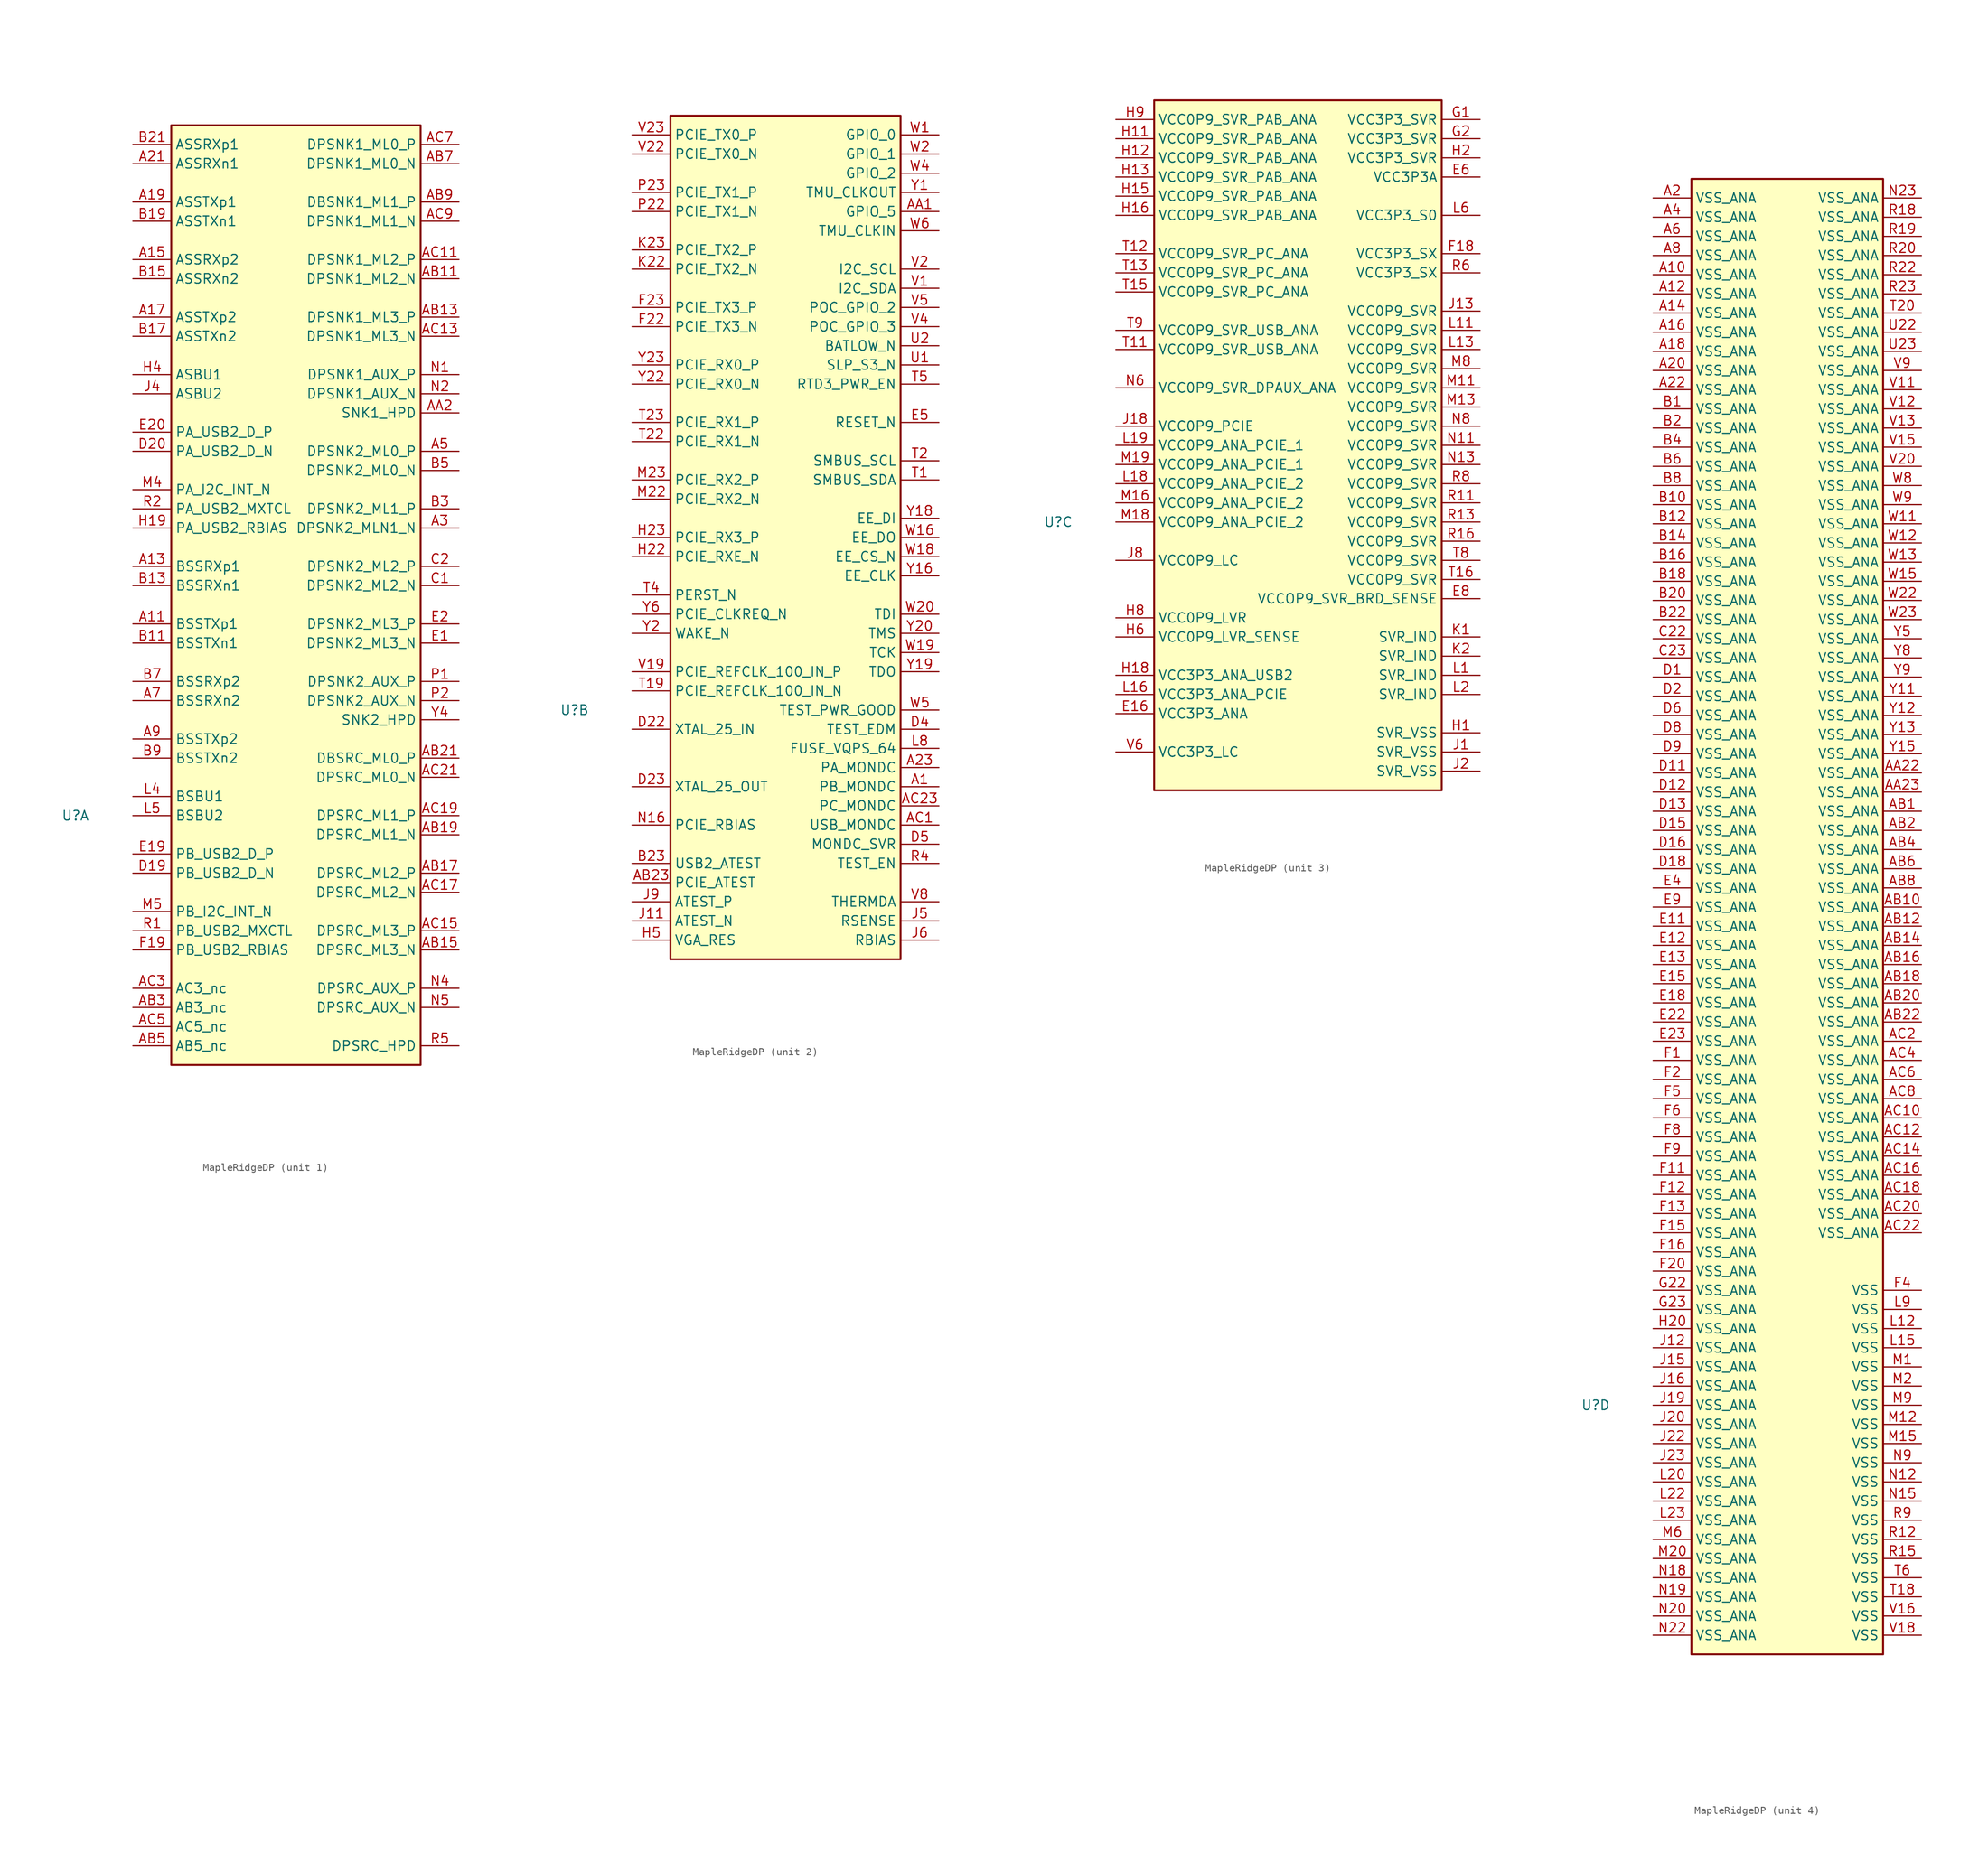
<source format=kicad_sym>
(kicad_symbol_lib
  (version 20231120)
  (generator "kicad_symbol_editor")
  (generator_version "8.0")
  (symbol "MapleRidgeDP"
    (property "Reference" "U"
      (at -7.62 30.48 0)
      (effects (font (size 1.27 1.27))))
    (property "Value" ""
      (at -7.62 30.48 0)
      (effects (font (size 1.27 1.27))))
    (property "ki_locked" ""
      (at 0 0 0)
      (effects (font (size 1.27 1.27))))
    (symbol "MapleRidgeDP_1_1"
      (rectangle (start 5.08 121.92) (end 38.1 -2.54) (stroke (width 0.254) (type default)) (fill (type background)))
      (pin passive line (at 0 55.88 0) (length 5.08) (name "BSSTXp1" (effects (font (size 1.27 1.27)))) (number "A11" (effects (font (size 1.27 1.27)))))
      (pin passive line (at 0 63.5 0) (length 5.08) (name "BSSRXp1" (effects (font (size 1.27 1.27)))) (number "A13" (effects (font (size 1.27 1.27)))))
      (pin passive line (at 0 104.14 0) (length 5.08) (name "ASSRXp2" (effects (font (size 1.27 1.27)))) (number "A15" (effects (font (size 1.27 1.27)))))
      (pin passive line (at 0 96.52 0) (length 5.08) (name "ASSTXp2" (effects (font (size 1.27 1.27)))) (number "A17" (effects (font (size 1.27 1.27)))))
      (pin passive line (at 0 111.76 0) (length 5.08) (name "ASSTXp1" (effects (font (size 1.27 1.27)))) (number "A19" (effects (font (size 1.27 1.27)))))
      (pin passive line (at 0 116.84 0) (length 5.08) (name "ASSRXn1" (effects (font (size 1.27 1.27)))) (number "A21" (effects (font (size 1.27 1.27)))))
      (pin passive line (at 43.18 68.58 180) (length 5.08) (name "DPSNK2_MLN1_N" (effects (font (size 1.27 1.27)))) (number "A3" (effects (font (size 1.27 1.27)))))
      (pin passive line (at 43.18 78.74 180) (length 5.08) (name "DPSNK2_ML0_P" (effects (font (size 1.27 1.27)))) (number "A5" (effects (font (size 1.27 1.27)))))
      (pin passive line (at 0 45.72 0) (length 5.08) (name "BSSRXn2" (effects (font (size 1.27 1.27)))) (number "A7" (effects (font (size 1.27 1.27)))))
      (pin passive line (at 0 40.64 0) (length 5.08) (name "BSSTXp2" (effects (font (size 1.27 1.27)))) (number "A9" (effects (font (size 1.27 1.27)))))
      (pin passive line (at 43.18 83.82 180) (length 5.08) (name "SNK1_HPD" (effects (font (size 1.27 1.27)))) (number "AA2" (effects (font (size 1.27 1.27)))))
      (pin passive line (at 43.18 101.6 180) (length 5.08) (name "DPSNK1_ML2_N" (effects (font (size 1.27 1.27)))) (number "AB11" (effects (font (size 1.27 1.27)))))
      (pin passive line (at 43.18 96.52 180) (length 5.08) (name "DPSNK1_ML3_P" (effects (font (size 1.27 1.27)))) (number "AB13" (effects (font (size 1.27 1.27)))))
      (pin passive line (at 43.18 12.7 180) (length 5.08) (name "DPSRC_ML3_N" (effects (font (size 1.27 1.27)))) (number "AB15" (effects (font (size 1.27 1.27)))))
      (pin passive line (at 43.18 22.86 180) (length 5.08) (name "DPSRC_ML2_P" (effects (font (size 1.27 1.27)))) (number "AB17" (effects (font (size 1.27 1.27)))))
      (pin passive line (at 43.18 27.94 180) (length 5.08) (name "DPSRC_ML1_N" (effects (font (size 1.27 1.27)))) (number "AB19" (effects (font (size 1.27 1.27)))))
      (pin passive line (at 43.18 38.1 180) (length 5.08) (name "DBSRC_ML0_P" (effects (font (size 1.27 1.27)))) (number "AB21" (effects (font (size 1.27 1.27)))))
      (pin passive line (at 0 5.08 0) (length 5.08) (name "AB3_nc" (effects (font (size 1.27 1.27)))) (number "AB3" (effects (font (size 1.27 1.27)))))
      (pin passive line (at 0 0 0) (length 5.08) (name "AB5_nc" (effects (font (size 1.27 1.27)))) (number "AB5" (effects (font (size 1.27 1.27)))))
      (pin passive line (at 43.18 116.84 180) (length 5.08) (name "DPSNK1_ML0_N" (effects (font (size 1.27 1.27)))) (number "AB7" (effects (font (size 1.27 1.27)))))
      (pin passive line (at 43.18 111.76 180) (length 5.08) (name "DBSNK1_ML1_P" (effects (font (size 1.27 1.27)))) (number "AB9" (effects (font (size 1.27 1.27)))))
      (pin passive line (at 43.18 104.14 180) (length 5.08) (name "DPSNK1_ML2_P" (effects (font (size 1.27 1.27)))) (number "AC11" (effects (font (size 1.27 1.27)))))
      (pin passive line (at 43.18 93.98 180) (length 5.08) (name "DPSNK1_ML3_N" (effects (font (size 1.27 1.27)))) (number "AC13" (effects (font (size 1.27 1.27)))))
      (pin passive line (at 43.18 15.24 180) (length 5.08) (name "DPSRC_ML3_P" (effects (font (size 1.27 1.27)))) (number "AC15" (effects (font (size 1.27 1.27)))))
      (pin passive line (at 43.18 20.32 180) (length 5.08) (name "DPSRC_ML2_N" (effects (font (size 1.27 1.27)))) (number "AC17" (effects (font (size 1.27 1.27)))))
      (pin passive line (at 43.18 30.48 180) (length 5.08) (name "DPSRC_ML1_P" (effects (font (size 1.27 1.27)))) (number "AC19" (effects (font (size 1.27 1.27)))))
      (pin passive line (at 43.18 35.56 180) (length 5.08) (name "DPSRC_ML0_N" (effects (font (size 1.27 1.27)))) (number "AC21" (effects (font (size 1.27 1.27)))))
      (pin passive line (at 0 7.62 0) (length 5.08) (name "AC3_nc" (effects (font (size 1.27 1.27)))) (number "AC3" (effects (font (size 1.27 1.27)))))
      (pin passive line (at 0 2.54 0) (length 5.08) (name "AC5_nc" (effects (font (size 1.27 1.27)))) (number "AC5" (effects (font (size 1.27 1.27)))))
      (pin passive line (at 43.18 119.38 180) (length 5.08) (name "DPSNK1_ML0_P" (effects (font (size 1.27 1.27)))) (number "AC7" (effects (font (size 1.27 1.27)))))
      (pin passive line (at 43.18 109.22 180) (length 5.08) (name "DPSNK1_ML1_N" (effects (font (size 1.27 1.27)))) (number "AC9" (effects (font (size 1.27 1.27)))))
      (pin passive line (at 0 53.34 0) (length 5.08) (name "BSSTXn1" (effects (font (size 1.27 1.27)))) (number "B11" (effects (font (size 1.27 1.27)))))
      (pin passive line (at 0 60.96 0) (length 5.08) (name "BSSRXn1" (effects (font (size 1.27 1.27)))) (number "B13" (effects (font (size 1.27 1.27)))))
      (pin passive line (at 0 101.6 0) (length 5.08) (name "ASSRXn2" (effects (font (size 1.27 1.27)))) (number "B15" (effects (font (size 1.27 1.27)))))
      (pin passive line (at 0 93.98 0) (length 5.08) (name "ASSTXn2" (effects (font (size 1.27 1.27)))) (number "B17" (effects (font (size 1.27 1.27)))))
      (pin passive line (at 0 109.22 0) (length 5.08) (name "ASSTXn1" (effects (font (size 1.27 1.27)))) (number "B19" (effects (font (size 1.27 1.27)))))
      (pin passive line (at 0 119.38 0) (length 5.08) (name "ASSRXp1" (effects (font (size 1.27 1.27)))) (number "B21" (effects (font (size 1.27 1.27)))))
      (pin passive line (at 43.18 71.12 180) (length 5.08) (name "DPSNK2_ML1_P" (effects (font (size 1.27 1.27)))) (number "B3" (effects (font (size 1.27 1.27)))))
      (pin passive line (at 43.18 76.2 180) (length 5.08) (name "DPSNK2_ML0_N" (effects (font (size 1.27 1.27)))) (number "B5" (effects (font (size 1.27 1.27)))))
      (pin passive line (at 0 48.26 0) (length 5.08) (name "BSSRXp2" (effects (font (size 1.27 1.27)))) (number "B7" (effects (font (size 1.27 1.27)))))
      (pin passive line (at 0 38.1 0) (length 5.08) (name "BSSTXn2" (effects (font (size 1.27 1.27)))) (number "B9" (effects (font (size 1.27 1.27)))))
      (pin passive line (at 43.18 60.96 180) (length 5.08) (name "DPSNK2_ML2_N" (effects (font (size 1.27 1.27)))) (number "C1" (effects (font (size 1.27 1.27)))))
      (pin passive line (at 43.18 63.5 180) (length 5.08) (name "DPSNK2_ML2_P" (effects (font (size 1.27 1.27)))) (number "C2" (effects (font (size 1.27 1.27)))))
      (pin passive line (at 0 22.86 0) (length 5.08) (name "PB_USB2_D_N" (effects (font (size 1.27 1.27)))) (number "D19" (effects (font (size 1.27 1.27)))))
      (pin passive line (at 0 78.74 0) (length 5.08) (name "PA_USB2_D_N" (effects (font (size 1.27 1.27)))) (number "D20" (effects (font (size 1.27 1.27)))))
      (pin passive line (at 43.18 53.34 180) (length 5.08) (name "DPSNK2_ML3_N" (effects (font (size 1.27 1.27)))) (number "E1" (effects (font (size 1.27 1.27)))))
      (pin passive line (at 0 25.4 0) (length 5.08) (name "PB_USB2_D_P" (effects (font (size 1.27 1.27)))) (number "E19" (effects (font (size 1.27 1.27)))))
      (pin passive line (at 43.18 55.88 180) (length 5.08) (name "DPSNK2_ML3_P" (effects (font (size 1.27 1.27)))) (number "E2" (effects (font (size 1.27 1.27)))))
      (pin passive line (at 0 81.28 0) (length 5.08) (name "PA_USB2_D_P" (effects (font (size 1.27 1.27)))) (number "E20" (effects (font (size 1.27 1.27)))))
      (pin passive line (at 0 12.7 0) (length 5.08) (name "PB_USB2_RBIAS" (effects (font (size 1.27 1.27)))) (number "F19" (effects (font (size 1.27 1.27)))))
      (pin passive line (at 0 68.58 0) (length 5.08) (name "PA_USB2_RBIAS" (effects (font (size 1.27 1.27)))) (number "H19" (effects (font (size 1.27 1.27)))))
      (pin passive line (at 0 88.9 0) (length 5.08) (name "ASBU1" (effects (font (size 1.27 1.27)))) (number "H4" (effects (font (size 1.27 1.27)))))
      (pin passive line (at 0 86.36 0) (length 5.08) (name "ASBU2" (effects (font (size 1.27 1.27)))) (number "J4" (effects (font (size 1.27 1.27)))))
      (pin passive line (at 0 33.02 0) (length 5.08) (name "BSBU1" (effects (font (size 1.27 1.27)))) (number "L4" (effects (font (size 1.27 1.27)))))
      (pin passive line (at 0 30.48 0) (length 5.08) (name "BSBU2" (effects (font (size 1.27 1.27)))) (number "L5" (effects (font (size 1.27 1.27)))))
      (pin passive line (at 0 73.66 0) (length 5.08) (name "PA_I2C_INT_N" (effects (font (size 1.27 1.27)))) (number "M4" (effects (font (size 1.27 1.27)))))
      (pin passive line (at 0 17.78 0) (length 5.08) (name "PB_I2C_INT_N" (effects (font (size 1.27 1.27)))) (number "M5" (effects (font (size 1.27 1.27)))))
      (pin passive line (at 43.18 88.9 180) (length 5.08) (name "DPSNK1_AUX_P" (effects (font (size 1.27 1.27)))) (number "N1" (effects (font (size 1.27 1.27)))))
      (pin passive line (at 43.18 86.36 180) (length 5.08) (name "DPSNK1_AUX_N" (effects (font (size 1.27 1.27)))) (number "N2" (effects (font (size 1.27 1.27)))))
      (pin passive line (at 43.18 7.62 180) (length 5.08) (name "DPSRC_AUX_P" (effects (font (size 1.27 1.27)))) (number "N4" (effects (font (size 1.27 1.27)))))
      (pin passive line (at 43.18 5.08 180) (length 5.08) (name "DPSRC_AUX_N" (effects (font (size 1.27 1.27)))) (number "N5" (effects (font (size 1.27 1.27)))))
      (pin passive line (at 43.18 48.26 180) (length 5.08) (name "DPSNK2_AUX_P" (effects (font (size 1.27 1.27)))) (number "P1" (effects (font (size 1.27 1.27)))))
      (pin passive line (at 43.18 45.72 180) (length 5.08) (name "DPSNK2_AUX_N" (effects (font (size 1.27 1.27)))) (number "P2" (effects (font (size 1.27 1.27)))))
      (pin passive line (at 0 15.24 0) (length 5.08) (name "PB_USB2_MXCTL" (effects (font (size 1.27 1.27)))) (number "R1" (effects (font (size 1.27 1.27)))))
      (pin passive line (at 0 71.12 0) (length 5.08) (name "PA_USB2_MXTCL" (effects (font (size 1.27 1.27)))) (number "R2" (effects (font (size 1.27 1.27)))))
      (pin passive line (at 43.18 0 180) (length 5.08) (name "DPSRC_HPD" (effects (font (size 1.27 1.27)))) (number "R5" (effects (font (size 1.27 1.27)))))
      (pin passive line (at 43.18 43.18 180) (length 5.08) (name "SNK2_HPD" (effects (font (size 1.27 1.27)))) (number "Y4" (effects (font (size 1.27 1.27))))))
    (symbol "MapleRidgeDP_2_1"
      (rectangle (start 5.08 109.22) (end 35.56 -2.54) (stroke (width 0.254) (type default)) (fill (type background)))
      (pin passive line (at 40.64 20.32 180) (length 5.08) (name "PB_MONDC" (effects (font (size 1.27 1.27)))) (number "A1" (effects (font (size 1.27 1.27)))))
      (pin passive line (at 40.64 22.86 180) (length 5.08) (name "PA_MONDC" (effects (font (size 1.27 1.27)))) (number "A23" (effects (font (size 1.27 1.27)))))
      (pin passive line (at 40.64 96.52 180) (length 5.08) (name "GPIO_5" (effects (font (size 1.27 1.27)))) (number "AA1" (effects (font (size 1.27 1.27)))))
      (pin passive line (at 0 7.62 0) (length 5.08) (name "PCIE_ATEST" (effects (font (size 1.27 1.27)))) (number "AB23" (effects (font (size 1.27 1.27)))))
      (pin passive line (at 40.64 15.24 180) (length 5.08) (name "USB_MONDC" (effects (font (size 1.27 1.27)))) (number "AC1" (effects (font (size 1.27 1.27)))))
      (pin passive line (at 40.64 17.78 180) (length 5.08) (name "PC_MONDC" (effects (font (size 1.27 1.27)))) (number "AC23" (effects (font (size 1.27 1.27)))))
      (pin passive line (at 0 10.16 0) (length 5.08) (name "USB2_ATEST" (effects (font (size 1.27 1.27)))) (number "B23" (effects (font (size 1.27 1.27)))))
      (pin passive line (at 0 27.94 0) (length 5.08) (name "XTAL_25_IN" (effects (font (size 1.27 1.27)))) (number "D22" (effects (font (size 1.27 1.27)))))
      (pin passive line (at 0 20.32 0) (length 5.08) (name "XTAL_25_OUT" (effects (font (size 1.27 1.27)))) (number "D23" (effects (font (size 1.27 1.27)))))
      (pin passive line (at 40.64 27.94 180) (length 5.08) (name "TEST_EDM" (effects (font (size 1.27 1.27)))) (number "D4" (effects (font (size 1.27 1.27)))))
      (pin passive line (at 40.64 12.7 180) (length 5.08) (name "MONDC_SVR" (effects (font (size 1.27 1.27)))) (number "D5" (effects (font (size 1.27 1.27)))))
      (pin passive line (at 40.64 68.58 180) (length 5.08) (name "RESET_N" (effects (font (size 1.27 1.27)))) (number "E5" (effects (font (size 1.27 1.27)))))
      (pin passive line (at 0 81.28 0) (length 5.08) (name "PCIE_TX3_N" (effects (font (size 1.27 1.27)))) (number "F22" (effects (font (size 1.27 1.27)))))
      (pin passive line (at 0 83.82 0) (length 5.08) (name "PCIE_TX3_P" (effects (font (size 1.27 1.27)))) (number "F23" (effects (font (size 1.27 1.27)))))
      (pin passive line (at 0 50.8 0) (length 5.08) (name "PCIE_RXE_N" (effects (font (size 1.27 1.27)))) (number "H22" (effects (font (size 1.27 1.27)))))
      (pin passive line (at 0 53.34 0) (length 5.08) (name "PCIE_RX3_P" (effects (font (size 1.27 1.27)))) (number "H23" (effects (font (size 1.27 1.27)))))
      (pin passive line (at 0 0 0) (length 5.08) (name "VGA_RES" (effects (font (size 1.27 1.27)))) (number "H5" (effects (font (size 1.27 1.27)))))
      (pin passive line (at 0 2.54 0) (length 5.08) (name "ATEST_N" (effects (font (size 1.27 1.27)))) (number "J11" (effects (font (size 1.27 1.27)))))
      (pin passive line (at 40.64 2.54 180) (length 5.08) (name "RSENSE" (effects (font (size 1.27 1.27)))) (number "J5" (effects (font (size 1.27 1.27)))))
      (pin passive line (at 40.64 0 180) (length 5.08) (name "RBIAS" (effects (font (size 1.27 1.27)))) (number "J6" (effects (font (size 1.27 1.27)))))
      (pin passive line (at 0 5.08 0) (length 5.08) (name "ATEST_P" (effects (font (size 1.27 1.27)))) (number "J9" (effects (font (size 1.27 1.27)))))
      (pin passive line (at 0 88.9 0) (length 5.08) (name "PCIE_TX2_N" (effects (font (size 1.27 1.27)))) (number "K22" (effects (font (size 1.27 1.27)))))
      (pin passive line (at 0 91.44 0) (length 5.08) (name "PCIE_TX2_P" (effects (font (size 1.27 1.27)))) (number "K23" (effects (font (size 1.27 1.27)))))
      (pin passive line (at 40.64 25.4 180) (length 5.08) (name "FUSE_VQPS_64" (effects (font (size 1.27 1.27)))) (number "L8" (effects (font (size 1.27 1.27)))))
      (pin passive line (at 0 58.42 0) (length 5.08) (name "PCIE_RX2_N" (effects (font (size 1.27 1.27)))) (number "M22" (effects (font (size 1.27 1.27)))))
      (pin passive line (at 0 60.96 0) (length 5.08) (name "PCIE_RX2_P" (effects (font (size 1.27 1.27)))) (number "M23" (effects (font (size 1.27 1.27)))))
      (pin passive line (at 0 15.24 0) (length 5.08) (name "PCIE_RBIAS" (effects (font (size 1.27 1.27)))) (number "N16" (effects (font (size 1.27 1.27)))))
      (pin passive line (at 0 96.52 0) (length 5.08) (name "PCIE_TX1_N" (effects (font (size 1.27 1.27)))) (number "P22" (effects (font (size 1.27 1.27)))))
      (pin passive line (at 0 99.06 0) (length 5.08) (name "PCIE_TX1_P" (effects (font (size 1.27 1.27)))) (number "P23" (effects (font (size 1.27 1.27)))))
      (pin passive line (at 40.64 10.16 180) (length 5.08) (name "TEST_EN" (effects (font (size 1.27 1.27)))) (number "R4" (effects (font (size 1.27 1.27)))))
      (pin passive line (at 40.64 60.96 180) (length 5.08) (name "SMBUS_SDA" (effects (font (size 1.27 1.27)))) (number "T1" (effects (font (size 1.27 1.27)))))
      (pin passive line (at 0 33.02 0) (length 5.08) (name "PCIE_REFCLK_100_IN_N" (effects (font (size 1.27 1.27)))) (number "T19" (effects (font (size 1.27 1.27)))))
      (pin passive line (at 40.64 63.5 180) (length 5.08) (name "SMBUS_SCL" (effects (font (size 1.27 1.27)))) (number "T2" (effects (font (size 1.27 1.27)))))
      (pin passive line (at 0 66.04 0) (length 5.08) (name "PCIE_RX1_N" (effects (font (size 1.27 1.27)))) (number "T22" (effects (font (size 1.27 1.27)))))
      (pin passive line (at 0 68.58 0) (length 5.08) (name "PCIE_RX1_P" (effects (font (size 1.27 1.27)))) (number "T23" (effects (font (size 1.27 1.27)))))
      (pin passive line (at 0 45.72 0) (length 5.08) (name "PERST_N" (effects (font (size 1.27 1.27)))) (number "T4" (effects (font (size 1.27 1.27)))))
      (pin passive line (at 40.64 73.66 180) (length 5.08) (name "RTD3_PWR_EN" (effects (font (size 1.27 1.27)))) (number "T5" (effects (font (size 1.27 1.27)))))
      (pin passive line (at 40.64 76.2 180) (length 5.08) (name "SLP_S3_N" (effects (font (size 1.27 1.27)))) (number "U1" (effects (font (size 1.27 1.27)))))
      (pin passive line (at 40.64 78.74 180) (length 5.08) (name "BATLOW_N" (effects (font (size 1.27 1.27)))) (number "U2" (effects (font (size 1.27 1.27)))))
      (pin passive line (at 40.64 86.36 180) (length 5.08) (name "I2C_SDA" (effects (font (size 1.27 1.27)))) (number "V1" (effects (font (size 1.27 1.27)))))
      (pin passive line (at 0 35.56 0) (length 5.08) (name "PCIE_REFCLK_100_IN_P" (effects (font (size 1.27 1.27)))) (number "V19" (effects (font (size 1.27 1.27)))))
      (pin passive line (at 40.64 88.9 180) (length 5.08) (name "I2C_SCL" (effects (font (size 1.27 1.27)))) (number "V2" (effects (font (size 1.27 1.27)))))
      (pin passive line (at 0 104.14 0) (length 5.08) (name "PCIE_TX0_N" (effects (font (size 1.27 1.27)))) (number "V22" (effects (font (size 1.27 1.27)))))
      (pin passive line (at 0 106.68 0) (length 5.08) (name "PCIE_TX0_P" (effects (font (size 1.27 1.27)))) (number "V23" (effects (font (size 1.27 1.27)))))
      (pin passive line (at 40.64 81.28 180) (length 5.08) (name "POC_GPIO_3" (effects (font (size 1.27 1.27)))) (number "V4" (effects (font (size 1.27 1.27)))))
      (pin passive line (at 40.64 83.82 180) (length 5.08) (name "POC_GPIO_2" (effects (font (size 1.27 1.27)))) (number "V5" (effects (font (size 1.27 1.27)))))
      (pin passive line (at 40.64 5.08 180) (length 5.08) (name "THERMDA" (effects (font (size 1.27 1.27)))) (number "V8" (effects (font (size 1.27 1.27)))))
      (pin passive line (at 40.64 106.68 180) (length 5.08) (name "GPIO_0" (effects (font (size 1.27 1.27)))) (number "W1" (effects (font (size 1.27 1.27)))))
      (pin passive line (at 40.64 53.34 180) (length 5.08) (name "EE_DO" (effects (font (size 1.27 1.27)))) (number "W16" (effects (font (size 1.27 1.27)))))
      (pin passive line (at 40.64 50.8 180) (length 5.08) (name "EE_CS_N" (effects (font (size 1.27 1.27)))) (number "W18" (effects (font (size 1.27 1.27)))))
      (pin passive line (at 40.64 38.1 180) (length 5.08) (name "TCK" (effects (font (size 1.27 1.27)))) (number "W19" (effects (font (size 1.27 1.27)))))
      (pin passive line (at 40.64 104.14 180) (length 5.08) (name "GPIO_1" (effects (font (size 1.27 1.27)))) (number "W2" (effects (font (size 1.27 1.27)))))
      (pin passive line (at 40.64 43.18 180) (length 5.08) (name "TDI" (effects (font (size 1.27 1.27)))) (number "W20" (effects (font (size 1.27 1.27)))))
      (pin passive line (at 40.64 101.6 180) (length 5.08) (name "GPIO_2" (effects (font (size 1.27 1.27)))) (number "W4" (effects (font (size 1.27 1.27)))))
      (pin passive line (at 40.64 30.48 180) (length 5.08) (name "TEST_PWR_GOOD" (effects (font (size 1.27 1.27)))) (number "W5" (effects (font (size 1.27 1.27)))))
      (pin passive line (at 40.64 93.98 180) (length 5.08) (name "TMU_CLKIN" (effects (font (size 1.27 1.27)))) (number "W6" (effects (font (size 1.27 1.27)))))
      (pin passive line (at 40.64 99.06 180) (length 5.08) (name "TMU_CLKOUT" (effects (font (size 1.27 1.27)))) (number "Y1" (effects (font (size 1.27 1.27)))))
      (pin passive line (at 40.64 48.26 180) (length 5.08) (name "EE_CLK" (effects (font (size 1.27 1.27)))) (number "Y16" (effects (font (size 1.27 1.27)))))
      (pin passive line (at 40.64 55.88 180) (length 5.08) (name "EE_DI" (effects (font (size 1.27 1.27)))) (number "Y18" (effects (font (size 1.27 1.27)))))
      (pin passive line (at 40.64 35.56 180) (length 5.08) (name "TDO" (effects (font (size 1.27 1.27)))) (number "Y19" (effects (font (size 1.27 1.27)))))
      (pin passive line (at 0 40.64 0) (length 5.08) (name "WAKE_N" (effects (font (size 1.27 1.27)))) (number "Y2" (effects (font (size 1.27 1.27)))))
      (pin passive line (at 40.64 40.64 180) (length 5.08) (name "TMS" (effects (font (size 1.27 1.27)))) (number "Y20" (effects (font (size 1.27 1.27)))))
      (pin passive line (at 0 73.66 0) (length 5.08) (name "PCIE_RX0_N" (effects (font (size 1.27 1.27)))) (number "Y22" (effects (font (size 1.27 1.27)))))
      (pin passive line (at 0 76.2 0) (length 5.08) (name "PCIE_RX0_P" (effects (font (size 1.27 1.27)))) (number "Y23" (effects (font (size 1.27 1.27)))))
      (pin passive line (at 0 43.18 0) (length 5.08) (name "PCIE_CLKREQ_N" (effects (font (size 1.27 1.27)))) (number "Y6" (effects (font (size 1.27 1.27))))))
    (symbol "MapleRidgeDP_3_1"
      (rectangle (start 5.08 86.36) (end 43.18 -5.08) (stroke (width 0.254) (type default)) (fill (type background)))
      (pin power_in line (at 0 5.08 0) (length 5.08) (name "VCC3P3_ANA" (effects (font (size 1.27 1.27)))) (number "E16" (effects (font (size 1.27 1.27)))))
      (pin power_in line (at 48.26 76.2 180) (length 5.08) (name "VCC3P3A" (effects (font (size 1.27 1.27)))) (number "E6" (effects (font (size 1.27 1.27)))))
      (pin power_in line (at 48.26 20.32 180) (length 5.08) (name "VCCOP9_SVR_BRD_SENSE" (effects (font (size 1.27 1.27)))) (number "E8" (effects (font (size 1.27 1.27)))))
      (pin power_in line (at 48.26 66.04 180) (length 5.08) (name "VCC3P3_SX" (effects (font (size 1.27 1.27)))) (number "F18" (effects (font (size 1.27 1.27)))))
      (pin power_in line (at 48.26 83.82 180) (length 5.08) (name "VCC3P3_SVR" (effects (font (size 1.27 1.27)))) (number "G1" (effects (font (size 1.27 1.27)))))
      (pin power_in line (at 48.26 81.28 180) (length 5.08) (name "VCC3P3_SVR" (effects (font (size 1.27 1.27)))) (number "G2" (effects (font (size 1.27 1.27)))))
      (pin power_in line (at 48.26 2.54 180) (length 5.08) (name "SVR_VSS" (effects (font (size 1.27 1.27)))) (number "H1" (effects (font (size 1.27 1.27)))))
      (pin power_in line (at 0 81.28 0) (length 5.08) (name "VCC0P9_SVR_PAB_ANA" (effects (font (size 1.27 1.27)))) (number "H11" (effects (font (size 1.27 1.27)))))
      (pin power_in line (at 0 78.74 0) (length 5.08) (name "VCC0P9_SVR_PAB_ANA" (effects (font (size 1.27 1.27)))) (number "H12" (effects (font (size 1.27 1.27)))))
      (pin power_in line (at 0 76.2 0) (length 5.08) (name "VCC0P9_SVR_PAB_ANA" (effects (font (size 1.27 1.27)))) (number "H13" (effects (font (size 1.27 1.27)))))
      (pin power_in line (at 0 73.66 0) (length 5.08) (name "VCC0P9_SVR_PAB_ANA" (effects (font (size 1.27 1.27)))) (number "H15" (effects (font (size 1.27 1.27)))))
      (pin power_in line (at 0 71.12 0) (length 5.08) (name "VCC0P9_SVR_PAB_ANA" (effects (font (size 1.27 1.27)))) (number "H16" (effects (font (size 1.27 1.27)))))
      (pin power_in line (at 0 10.16 0) (length 5.08) (name "VCC3P3_ANA_USB2" (effects (font (size 1.27 1.27)))) (number "H18" (effects (font (size 1.27 1.27)))))
      (pin power_in line (at 48.26 78.74 180) (length 5.08) (name "VCC3P3_SVR" (effects (font (size 1.27 1.27)))) (number "H2" (effects (font (size 1.27 1.27)))))
      (pin power_in line (at 0 15.24 0) (length 5.08) (name "VCC0P9_LVR_SENSE" (effects (font (size 1.27 1.27)))) (number "H6" (effects (font (size 1.27 1.27)))))
      (pin power_in line (at 0 17.78 0) (length 5.08) (name "VCC0P9_LVR" (effects (font (size 1.27 1.27)))) (number "H8" (effects (font (size 1.27 1.27)))))
      (pin power_in line (at 0 83.82 0) (length 5.08) (name "VCC0P9_SVR_PAB_ANA" (effects (font (size 1.27 1.27)))) (number "H9" (effects (font (size 1.27 1.27)))))
      (pin power_in line (at 48.26 0 180) (length 5.08) (name "SVR_VSS" (effects (font (size 1.27 1.27)))) (number "J1" (effects (font (size 1.27 1.27)))))
      (pin power_in line (at 48.26 58.42 180) (length 5.08) (name "VCC0P9_SVR" (effects (font (size 1.27 1.27)))) (number "J13" (effects (font (size 1.27 1.27)))))
      (pin power_in line (at 0 43.18 0) (length 5.08) (name "VCC0P9_PCIE" (effects (font (size 1.27 1.27)))) (number "J18" (effects (font (size 1.27 1.27)))))
      (pin power_in line (at 48.26 -2.54 180) (length 5.08) (name "SVR_VSS" (effects (font (size 1.27 1.27)))) (number "J2" (effects (font (size 1.27 1.27)))))
      (pin power_in line (at 0 25.4 0) (length 5.08) (name "VCC0P9_LC" (effects (font (size 1.27 1.27)))) (number "J8" (effects (font (size 1.27 1.27)))))
      (pin passive line (at 48.26 15.24 180) (length 5.08) (name "SVR_IND" (effects (font (size 1.27 1.27)))) (number "K1" (effects (font (size 1.27 1.27)))))
      (pin passive line (at 48.26 12.7 180) (length 5.08) (name "SVR_IND" (effects (font (size 1.27 1.27)))) (number "K2" (effects (font (size 1.27 1.27)))))
      (pin passive line (at 48.26 10.16 180) (length 5.08) (name "SVR_IND" (effects (font (size 1.27 1.27)))) (number "L1" (effects (font (size 1.27 1.27)))))
      (pin power_in line (at 48.26 55.88 180) (length 5.08) (name "VCC0P9_SVR" (effects (font (size 1.27 1.27)))) (number "L11" (effects (font (size 1.27 1.27)))))
      (pin power_in line (at 48.26 53.34 180) (length 5.08) (name "VCC0P9_SVR" (effects (font (size 1.27 1.27)))) (number "L13" (effects (font (size 1.27 1.27)))))
      (pin power_in line (at 0 7.62 0) (length 5.08) (name "VCC3P3_ANA_PCIE" (effects (font (size 1.27 1.27)))) (number "L16" (effects (font (size 1.27 1.27)))))
      (pin power_in line (at 0 35.56 0) (length 5.08) (name "VCC0P9_ANA_PCIE_2" (effects (font (size 1.27 1.27)))) (number "L18" (effects (font (size 1.27 1.27)))))
      (pin power_in line (at 0 40.64 0) (length 5.08) (name "VCC0P9_ANA_PCIE_1" (effects (font (size 1.27 1.27)))) (number "L19" (effects (font (size 1.27 1.27)))))
      (pin passive line (at 48.26 7.62 180) (length 5.08) (name "SVR_IND" (effects (font (size 1.27 1.27)))) (number "L2" (effects (font (size 1.27 1.27)))))
      (pin power_in line (at 48.26 71.12 180) (length 5.08) (name "VCC3P3_S0" (effects (font (size 1.27 1.27)))) (number "L6" (effects (font (size 1.27 1.27)))))
      (pin power_in line (at 48.26 48.26 180) (length 5.08) (name "VCC0P9_SVR" (effects (font (size 1.27 1.27)))) (number "M11" (effects (font (size 1.27 1.27)))))
      (pin power_in line (at 48.26 45.72 180) (length 5.08) (name "VCC0P9_SVR" (effects (font (size 1.27 1.27)))) (number "M13" (effects (font (size 1.27 1.27)))))
      (pin power_in line (at 0 33.02 0) (length 5.08) (name "VCC0P9_ANA_PCIE_2" (effects (font (size 1.27 1.27)))) (number "M16" (effects (font (size 1.27 1.27)))))
      (pin power_in line (at 0 30.48 0) (length 5.08) (name "VCC0P9_ANA_PCIE_2" (effects (font (size 1.27 1.27)))) (number "M18" (effects (font (size 1.27 1.27)))))
      (pin power_in line (at 0 38.1 0) (length 5.08) (name "VCC0P9_ANA_PCIE_1" (effects (font (size 1.27 1.27)))) (number "M19" (effects (font (size 1.27 1.27)))))
      (pin power_in line (at 48.26 50.8 180) (length 5.08) (name "VCC0P9_SVR" (effects (font (size 1.27 1.27)))) (number "M8" (effects (font (size 1.27 1.27)))))
      (pin power_in line (at 48.26 40.64 180) (length 5.08) (name "VCC0P9_SVR" (effects (font (size 1.27 1.27)))) (number "N11" (effects (font (size 1.27 1.27)))))
      (pin power_in line (at 48.26 38.1 180) (length 5.08) (name "VCC0P9_SVR" (effects (font (size 1.27 1.27)))) (number "N13" (effects (font (size 1.27 1.27)))))
      (pin power_in line (at 0 48.26 0) (length 5.08) (name "VCC0P9_SVR_DPAUX_ANA" (effects (font (size 1.27 1.27)))) (number "N6" (effects (font (size 1.27 1.27)))))
      (pin power_in line (at 48.26 43.18 180) (length 5.08) (name "VCC0P9_SVR" (effects (font (size 1.27 1.27)))) (number "N8" (effects (font (size 1.27 1.27)))))
      (pin power_in line (at 48.26 33.02 180) (length 5.08) (name "VCC0P9_SVR" (effects (font (size 1.27 1.27)))) (number "R11" (effects (font (size 1.27 1.27)))))
      (pin power_in line (at 48.26 30.48 180) (length 5.08) (name "VCC0P9_SVR" (effects (font (size 1.27 1.27)))) (number "R13" (effects (font (size 1.27 1.27)))))
      (pin power_in line (at 48.26 27.94 180) (length 5.08) (name "VCC0P9_SVR" (effects (font (size 1.27 1.27)))) (number "R16" (effects (font (size 1.27 1.27)))))
      (pin power_in line (at 48.26 63.5 180) (length 5.08) (name "VCC3P3_SX" (effects (font (size 1.27 1.27)))) (number "R6" (effects (font (size 1.27 1.27)))))
      (pin power_in line (at 48.26 35.56 180) (length 5.08) (name "VCC0P9_SVR" (effects (font (size 1.27 1.27)))) (number "R8" (effects (font (size 1.27 1.27)))))
      (pin power_in line (at 0 53.34 0) (length 5.08) (name "VCC0P9_SVR_USB_ANA" (effects (font (size 1.27 1.27)))) (number "T11" (effects (font (size 1.27 1.27)))))
      (pin power_in line (at 0 66.04 0) (length 5.08) (name "VCC0P9_SVR_PC_ANA" (effects (font (size 1.27 1.27)))) (number "T12" (effects (font (size 1.27 1.27)))))
      (pin power_in line (at 0 63.5 0) (length 5.08) (name "VCC0P9_SVR_PC_ANA" (effects (font (size 1.27 1.27)))) (number "T13" (effects (font (size 1.27 1.27)))))
      (pin power_in line (at 0 60.96 0) (length 5.08) (name "VCC0P9_SVR_PC_ANA" (effects (font (size 1.27 1.27)))) (number "T15" (effects (font (size 1.27 1.27)))))
      (pin power_in line (at 48.26 22.86 180) (length 5.08) (name "VCC0P9_SVR" (effects (font (size 1.27 1.27)))) (number "T16" (effects (font (size 1.27 1.27)))))
      (pin power_in line (at 48.26 25.4 180) (length 5.08) (name "VCC0P9_SVR" (effects (font (size 1.27 1.27)))) (number "T8" (effects (font (size 1.27 1.27)))))
      (pin power_in line (at 0 55.88 0) (length 5.08) (name "VCC0P9_SVR_USB_ANA" (effects (font (size 1.27 1.27)))) (number "T9" (effects (font (size 1.27 1.27)))))
      (pin power_in line (at 0 0 0) (length 5.08) (name "VCC3P3_LC" (effects (font (size 1.27 1.27)))) (number "V6" (effects (font (size 1.27 1.27))))))
    (symbol "MapleRidgeDP_4_1"
      (rectangle (start 5.08 193.04) (end 30.48 -2.54) (stroke (width 0.254) (type default)) (fill (type background)))
      (pin passive line (at 0 180.34 0) (length 5.08) (name "VSS_ANA" (effects (font (size 1.27 1.27)))) (number "A10" (effects (font (size 1.27 1.27)))))
      (pin passive line (at 0 177.8 0) (length 5.08) (name "VSS_ANA" (effects (font (size 1.27 1.27)))) (number "A12" (effects (font (size 1.27 1.27)))))
      (pin passive line (at 0 175.26 0) (length 5.08) (name "VSS_ANA" (effects (font (size 1.27 1.27)))) (number "A14" (effects (font (size 1.27 1.27)))))
      (pin passive line (at 0 172.72 0) (length 5.08) (name "VSS_ANA" (effects (font (size 1.27 1.27)))) (number "A16" (effects (font (size 1.27 1.27)))))
      (pin passive line (at 0 170.18 0) (length 5.08) (name "VSS_ANA" (effects (font (size 1.27 1.27)))) (number "A18" (effects (font (size 1.27 1.27)))))
      (pin passive line (at 0 190.5 0) (length 5.08) (name "VSS_ANA" (effects (font (size 1.27 1.27)))) (number "A2" (effects (font (size 1.27 1.27)))))
      (pin passive line (at 0 167.64 0) (length 5.08) (name "VSS_ANA" (effects (font (size 1.27 1.27)))) (number "A20" (effects (font (size 1.27 1.27)))))
      (pin passive line (at 0 165.1 0) (length 5.08) (name "VSS_ANA" (effects (font (size 1.27 1.27)))) (number "A22" (effects (font (size 1.27 1.27)))))
      (pin passive line (at 0 187.96 0) (length 5.08) (name "VSS_ANA" (effects (font (size 1.27 1.27)))) (number "A4" (effects (font (size 1.27 1.27)))))
      (pin passive line (at 0 185.42 0) (length 5.08) (name "VSS_ANA" (effects (font (size 1.27 1.27)))) (number "A6" (effects (font (size 1.27 1.27)))))
      (pin passive line (at 0 182.88 0) (length 5.08) (name "VSS_ANA" (effects (font (size 1.27 1.27)))) (number "A8" (effects (font (size 1.27 1.27)))))
      (pin passive line (at 35.56 114.3 180) (length 5.08) (name "VSS_ANA" (effects (font (size 1.27 1.27)))) (number "AA22" (effects (font (size 1.27 1.27)))))
      (pin passive line (at 35.56 111.76 180) (length 5.08) (name "VSS_ANA" (effects (font (size 1.27 1.27)))) (number "AA23" (effects (font (size 1.27 1.27)))))
      (pin passive line (at 35.56 109.22 180) (length 5.08) (name "VSS_ANA" (effects (font (size 1.27 1.27)))) (number "AB1" (effects (font (size 1.27 1.27)))))
      (pin passive line (at 35.56 96.52 180) (length 5.08) (name "VSS_ANA" (effects (font (size 1.27 1.27)))) (number "AB10" (effects (font (size 1.27 1.27)))))
      (pin passive line (at 35.56 93.98 180) (length 5.08) (name "VSS_ANA" (effects (font (size 1.27 1.27)))) (number "AB12" (effects (font (size 1.27 1.27)))))
      (pin passive line (at 35.56 91.44 180) (length 5.08) (name "VSS_ANA" (effects (font (size 1.27 1.27)))) (number "AB14" (effects (font (size 1.27 1.27)))))
      (pin passive line (at 35.56 88.9 180) (length 5.08) (name "VSS_ANA" (effects (font (size 1.27 1.27)))) (number "AB16" (effects (font (size 1.27 1.27)))))
      (pin passive line (at 35.56 86.36 180) (length 5.08) (name "VSS_ANA" (effects (font (size 1.27 1.27)))) (number "AB18" (effects (font (size 1.27 1.27)))))
      (pin passive line (at 35.56 106.68 180) (length 5.08) (name "VSS_ANA" (effects (font (size 1.27 1.27)))) (number "AB2" (effects (font (size 1.27 1.27)))))
      (pin passive line (at 35.56 83.82 180) (length 5.08) (name "VSS_ANA" (effects (font (size 1.27 1.27)))) (number "AB20" (effects (font (size 1.27 1.27)))))
      (pin passive line (at 35.56 81.28 180) (length 5.08) (name "VSS_ANA" (effects (font (size 1.27 1.27)))) (number "AB22" (effects (font (size 1.27 1.27)))))
      (pin passive line (at 35.56 104.14 180) (length 5.08) (name "VSS_ANA" (effects (font (size 1.27 1.27)))) (number "AB4" (effects (font (size 1.27 1.27)))))
      (pin passive line (at 35.56 101.6 180) (length 5.08) (name "VSS_ANA" (effects (font (size 1.27 1.27)))) (number "AB6" (effects (font (size 1.27 1.27)))))
      (pin passive line (at 35.56 99.06 180) (length 5.08) (name "VSS_ANA" (effects (font (size 1.27 1.27)))) (number "AB8" (effects (font (size 1.27 1.27)))))
      (pin passive line (at 35.56 68.58 180) (length 5.08) (name "VSS_ANA" (effects (font (size 1.27 1.27)))) (number "AC10" (effects (font (size 1.27 1.27)))))
      (pin passive line (at 35.56 66.04 180) (length 5.08) (name "VSS_ANA" (effects (font (size 1.27 1.27)))) (number "AC12" (effects (font (size 1.27 1.27)))))
      (pin passive line (at 35.56 63.5 180) (length 5.08) (name "VSS_ANA" (effects (font (size 1.27 1.27)))) (number "AC14" (effects (font (size 1.27 1.27)))))
      (pin passive line (at 35.56 60.96 180) (length 5.08) (name "VSS_ANA" (effects (font (size 1.27 1.27)))) (number "AC16" (effects (font (size 1.27 1.27)))))
      (pin passive line (at 35.56 58.42 180) (length 5.08) (name "VSS_ANA" (effects (font (size 1.27 1.27)))) (number "AC18" (effects (font (size 1.27 1.27)))))
      (pin passive line (at 35.56 78.74 180) (length 5.08) (name "VSS_ANA" (effects (font (size 1.27 1.27)))) (number "AC2" (effects (font (size 1.27 1.27)))))
      (pin passive line (at 35.56 55.88 180) (length 5.08) (name "VSS_ANA" (effects (font (size 1.27 1.27)))) (number "AC20" (effects (font (size 1.27 1.27)))))
      (pin passive line (at 35.56 53.34 180) (length 5.08) (name "VSS_ANA" (effects (font (size 1.27 1.27)))) (number "AC22" (effects (font (size 1.27 1.27)))))
      (pin passive line (at 35.56 76.2 180) (length 5.08) (name "VSS_ANA" (effects (font (size 1.27 1.27)))) (number "AC4" (effects (font (size 1.27 1.27)))))
      (pin passive line (at 35.56 73.66 180) (length 5.08) (name "VSS_ANA" (effects (font (size 1.27 1.27)))) (number "AC6" (effects (font (size 1.27 1.27)))))
      (pin passive line (at 35.56 71.12 180) (length 5.08) (name "VSS_ANA" (effects (font (size 1.27 1.27)))) (number "AC8" (effects (font (size 1.27 1.27)))))
      (pin passive line (at 0 162.56 0) (length 5.08) (name "VSS_ANA" (effects (font (size 1.27 1.27)))) (number "B1" (effects (font (size 1.27 1.27)))))
      (pin passive line (at 0 149.86 0) (length 5.08) (name "VSS_ANA" (effects (font (size 1.27 1.27)))) (number "B10" (effects (font (size 1.27 1.27)))))
      (pin passive line (at 0 147.32 0) (length 5.08) (name "VSS_ANA" (effects (font (size 1.27 1.27)))) (number "B12" (effects (font (size 1.27 1.27)))))
      (pin passive line (at 0 144.78 0) (length 5.08) (name "VSS_ANA" (effects (font (size 1.27 1.27)))) (number "B14" (effects (font (size 1.27 1.27)))))
      (pin passive line (at 0 142.24 0) (length 5.08) (name "VSS_ANA" (effects (font (size 1.27 1.27)))) (number "B16" (effects (font (size 1.27 1.27)))))
      (pin passive line (at 0 139.7 0) (length 5.08) (name "VSS_ANA" (effects (font (size 1.27 1.27)))) (number "B18" (effects (font (size 1.27 1.27)))))
      (pin passive line (at 0 160.02 0) (length 5.08) (name "VSS_ANA" (effects (font (size 1.27 1.27)))) (number "B2" (effects (font (size 1.27 1.27)))))
      (pin passive line (at 0 137.16 0) (length 5.08) (name "VSS_ANA" (effects (font (size 1.27 1.27)))) (number "B20" (effects (font (size 1.27 1.27)))))
      (pin passive line (at 0 134.62 0) (length 5.08) (name "VSS_ANA" (effects (font (size 1.27 1.27)))) (number "B22" (effects (font (size 1.27 1.27)))))
      (pin passive line (at 0 157.48 0) (length 5.08) (name "VSS_ANA" (effects (font (size 1.27 1.27)))) (number "B4" (effects (font (size 1.27 1.27)))))
      (pin passive line (at 0 154.94 0) (length 5.08) (name "VSS_ANA" (effects (font (size 1.27 1.27)))) (number "B6" (effects (font (size 1.27 1.27)))))
      (pin passive line (at 0 152.4 0) (length 5.08) (name "VSS_ANA" (effects (font (size 1.27 1.27)))) (number "B8" (effects (font (size 1.27 1.27)))))
      (pin passive line (at 0 132.08 0) (length 5.08) (name "VSS_ANA" (effects (font (size 1.27 1.27)))) (number "C22" (effects (font (size 1.27 1.27)))))
      (pin passive line (at 0 129.54 0) (length 5.08) (name "VSS_ANA" (effects (font (size 1.27 1.27)))) (number "C23" (effects (font (size 1.27 1.27)))))
      (pin passive line (at 0 127 0) (length 5.08) (name "VSS_ANA" (effects (font (size 1.27 1.27)))) (number "D1" (effects (font (size 1.27 1.27)))))
      (pin passive line (at 0 114.3 0) (length 5.08) (name "VSS_ANA" (effects (font (size 1.27 1.27)))) (number "D11" (effects (font (size 1.27 1.27)))))
      (pin passive line (at 0 111.76 0) (length 5.08) (name "VSS_ANA" (effects (font (size 1.27 1.27)))) (number "D12" (effects (font (size 1.27 1.27)))))
      (pin passive line (at 0 109.22 0) (length 5.08) (name "VSS_ANA" (effects (font (size 1.27 1.27)))) (number "D13" (effects (font (size 1.27 1.27)))))
      (pin passive line (at 0 106.68 0) (length 5.08) (name "VSS_ANA" (effects (font (size 1.27 1.27)))) (number "D15" (effects (font (size 1.27 1.27)))))
      (pin passive line (at 0 104.14 0) (length 5.08) (name "VSS_ANA" (effects (font (size 1.27 1.27)))) (number "D16" (effects (font (size 1.27 1.27)))))
      (pin passive line (at 0 101.6 0) (length 5.08) (name "VSS_ANA" (effects (font (size 1.27 1.27)))) (number "D18" (effects (font (size 1.27 1.27)))))
      (pin passive line (at 0 124.46 0) (length 5.08) (name "VSS_ANA" (effects (font (size 1.27 1.27)))) (number "D2" (effects (font (size 1.27 1.27)))))
      (pin passive line (at 0 121.92 0) (length 5.08) (name "VSS_ANA" (effects (font (size 1.27 1.27)))) (number "D6" (effects (font (size 1.27 1.27)))))
      (pin passive line (at 0 119.38 0) (length 5.08) (name "VSS_ANA" (effects (font (size 1.27 1.27)))) (number "D8" (effects (font (size 1.27 1.27)))))
      (pin passive line (at 0 116.84 0) (length 5.08) (name "VSS_ANA" (effects (font (size 1.27 1.27)))) (number "D9" (effects (font (size 1.27 1.27)))))
      (pin passive line (at 0 93.98 0) (length 5.08) (name "VSS_ANA" (effects (font (size 1.27 1.27)))) (number "E11" (effects (font (size 1.27 1.27)))))
      (pin passive line (at 0 91.44 0) (length 5.08) (name "VSS_ANA" (effects (font (size 1.27 1.27)))) (number "E12" (effects (font (size 1.27 1.27)))))
      (pin passive line (at 0 88.9 0) (length 5.08) (name "VSS_ANA" (effects (font (size 1.27 1.27)))) (number "E13" (effects (font (size 1.27 1.27)))))
      (pin passive line (at 0 86.36 0) (length 5.08) (name "VSS_ANA" (effects (font (size 1.27 1.27)))) (number "E15" (effects (font (size 1.27 1.27)))))
      (pin passive line (at 0 83.82 0) (length 5.08) (name "VSS_ANA" (effects (font (size 1.27 1.27)))) (number "E18" (effects (font (size 1.27 1.27)))))
      (pin passive line (at 0 81.28 0) (length 5.08) (name "VSS_ANA" (effects (font (size 1.27 1.27)))) (number "E22" (effects (font (size 1.27 1.27)))))
      (pin passive line (at 0 78.74 0) (length 5.08) (name "VSS_ANA" (effects (font (size 1.27 1.27)))) (number "E23" (effects (font (size 1.27 1.27)))))
      (pin passive line (at 0 99.06 0) (length 5.08) (name "VSS_ANA" (effects (font (size 1.27 1.27)))) (number "E4" (effects (font (size 1.27 1.27)))))
      (pin passive line (at 0 96.52 0) (length 5.08) (name "VSS_ANA" (effects (font (size 1.27 1.27)))) (number "E9" (effects (font (size 1.27 1.27)))))
      (pin passive line (at 0 76.2 0) (length 5.08) (name "VSS_ANA" (effects (font (size 1.27 1.27)))) (number "F1" (effects (font (size 1.27 1.27)))))
      (pin passive line (at 0 60.96 0) (length 5.08) (name "VSS_ANA" (effects (font (size 1.27 1.27)))) (number "F11" (effects (font (size 1.27 1.27)))))
      (pin passive line (at 0 58.42 0) (length 5.08) (name "VSS_ANA" (effects (font (size 1.27 1.27)))) (number "F12" (effects (font (size 1.27 1.27)))))
      (pin passive line (at 0 55.88 0) (length 5.08) (name "VSS_ANA" (effects (font (size 1.27 1.27)))) (number "F13" (effects (font (size 1.27 1.27)))))
      (pin passive line (at 0 53.34 0) (length 5.08) (name "VSS_ANA" (effects (font (size 1.27 1.27)))) (number "F15" (effects (font (size 1.27 1.27)))))
      (pin passive line (at 0 50.8 0) (length 5.08) (name "VSS_ANA" (effects (font (size 1.27 1.27)))) (number "F16" (effects (font (size 1.27 1.27)))))
      (pin passive line (at 0 73.66 0) (length 5.08) (name "VSS_ANA" (effects (font (size 1.27 1.27)))) (number "F2" (effects (font (size 1.27 1.27)))))
      (pin passive line (at 0 48.26 0) (length 5.08) (name "VSS_ANA" (effects (font (size 1.27 1.27)))) (number "F20" (effects (font (size 1.27 1.27)))))
      (pin passive line (at 35.56 45.72 180) (length 5.08) (name "VSS" (effects (font (size 1.27 1.27)))) (number "F4" (effects (font (size 1.27 1.27)))))
      (pin passive line (at 0 71.12 0) (length 5.08) (name "VSS_ANA" (effects (font (size 1.27 1.27)))) (number "F5" (effects (font (size 1.27 1.27)))))
      (pin passive line (at 0 68.58 0) (length 5.08) (name "VSS_ANA" (effects (font (size 1.27 1.27)))) (number "F6" (effects (font (size 1.27 1.27)))))
      (pin passive line (at 0 66.04 0) (length 5.08) (name "VSS_ANA" (effects (font (size 1.27 1.27)))) (number "F8" (effects (font (size 1.27 1.27)))))
      (pin passive line (at 0 63.5 0) (length 5.08) (name "VSS_ANA" (effects (font (size 1.27 1.27)))) (number "F9" (effects (font (size 1.27 1.27)))))
      (pin passive line (at 0 45.72 0) (length 5.08) (name "VSS_ANA" (effects (font (size 1.27 1.27)))) (number "G22" (effects (font (size 1.27 1.27)))))
      (pin passive line (at 0 43.18 0) (length 5.08) (name "VSS_ANA" (effects (font (size 1.27 1.27)))) (number "G23" (effects (font (size 1.27 1.27)))))
      (pin passive line (at 0 40.64 0) (length 5.08) (name "VSS_ANA" (effects (font (size 1.27 1.27)))) (number "H20" (effects (font (size 1.27 1.27)))))
      (pin passive line (at 0 38.1 0) (length 5.08) (name "VSS_ANA" (effects (font (size 1.27 1.27)))) (number "J12" (effects (font (size 1.27 1.27)))))
      (pin passive line (at 0 35.56 0) (length 5.08) (name "VSS_ANA" (effects (font (size 1.27 1.27)))) (number "J15" (effects (font (size 1.27 1.27)))))
      (pin passive line (at 0 33.02 0) (length 5.08) (name "VSS_ANA" (effects (font (size 1.27 1.27)))) (number "J16" (effects (font (size 1.27 1.27)))))
      (pin passive line (at 0 30.48 0) (length 5.08) (name "VSS_ANA" (effects (font (size 1.27 1.27)))) (number "J19" (effects (font (size 1.27 1.27)))))
      (pin passive line (at 0 27.94 0) (length 5.08) (name "VSS_ANA" (effects (font (size 1.27 1.27)))) (number "J20" (effects (font (size 1.27 1.27)))))
      (pin passive line (at 0 25.4 0) (length 5.08) (name "VSS_ANA" (effects (font (size 1.27 1.27)))) (number "J22" (effects (font (size 1.27 1.27)))))
      (pin passive line (at 0 22.86 0) (length 5.08) (name "VSS_ANA" (effects (font (size 1.27 1.27)))) (number "J23" (effects (font (size 1.27 1.27)))))
      (pin passive line (at 35.56 40.64 180) (length 5.08) (name "VSS" (effects (font (size 1.27 1.27)))) (number "L12" (effects (font (size 1.27 1.27)))))
      (pin passive line (at 35.56 38.1 180) (length 5.08) (name "VSS" (effects (font (size 1.27 1.27)))) (number "L15" (effects (font (size 1.27 1.27)))))
      (pin passive line (at 0 20.32 0) (length 5.08) (name "VSS_ANA" (effects (font (size 1.27 1.27)))) (number "L20" (effects (font (size 1.27 1.27)))))
      (pin passive line (at 0 17.78 0) (length 5.08) (name "VSS_ANA" (effects (font (size 1.27 1.27)))) (number "L22" (effects (font (size 1.27 1.27)))))
      (pin passive line (at 0 15.24 0) (length 5.08) (name "VSS_ANA" (effects (font (size 1.27 1.27)))) (number "L23" (effects (font (size 1.27 1.27)))))
      (pin passive line (at 35.56 43.18 180) (length 5.08) (name "VSS" (effects (font (size 1.27 1.27)))) (number "L9" (effects (font (size 1.27 1.27)))))
      (pin passive line (at 35.56 35.56 180) (length 5.08) (name "VSS" (effects (font (size 1.27 1.27)))) (number "M1" (effects (font (size 1.27 1.27)))))
      (pin passive line (at 35.56 27.94 180) (length 5.08) (name "VSS" (effects (font (size 1.27 1.27)))) (number "M12" (effects (font (size 1.27 1.27)))))
      (pin passive line (at 35.56 25.4 180) (length 5.08) (name "VSS" (effects (font (size 1.27 1.27)))) (number "M15" (effects (font (size 1.27 1.27)))))
      (pin passive line (at 35.56 33.02 180) (length 5.08) (name "VSS" (effects (font (size 1.27 1.27)))) (number "M2" (effects (font (size 1.27 1.27)))))
      (pin passive line (at 0 10.16 0) (length 5.08) (name "VSS_ANA" (effects (font (size 1.27 1.27)))) (number "M20" (effects (font (size 1.27 1.27)))))
      (pin passive line (at 0 12.7 0) (length 5.08) (name "VSS_ANA" (effects (font (size 1.27 1.27)))) (number "M6" (effects (font (size 1.27 1.27)))))
      (pin passive line (at 35.56 30.48 180) (length 5.08) (name "VSS" (effects (font (size 1.27 1.27)))) (number "M9" (effects (font (size 1.27 1.27)))))
      (pin passive line (at 35.56 20.32 180) (length 5.08) (name "VSS" (effects (font (size 1.27 1.27)))) (number "N12" (effects (font (size 1.27 1.27)))))
      (pin passive line (at 35.56 17.78 180) (length 5.08) (name "VSS" (effects (font (size 1.27 1.27)))) (number "N15" (effects (font (size 1.27 1.27)))))
      (pin passive line (at 0 7.62 0) (length 5.08) (name "VSS_ANA" (effects (font (size 1.27 1.27)))) (number "N18" (effects (font (size 1.27 1.27)))))
      (pin passive line (at 0 5.08 0) (length 5.08) (name "VSS_ANA" (effects (font (size 1.27 1.27)))) (number "N19" (effects (font (size 1.27 1.27)))))
      (pin passive line (at 0 2.54 0) (length 5.08) (name "VSS_ANA" (effects (font (size 1.27 1.27)))) (number "N20" (effects (font (size 1.27 1.27)))))
      (pin passive line (at 0 0 0) (length 5.08) (name "VSS_ANA" (effects (font (size 1.27 1.27)))) (number "N22" (effects (font (size 1.27 1.27)))))
      (pin passive line (at 35.56 190.5 180) (length 5.08) (name "VSS_ANA" (effects (font (size 1.27 1.27)))) (number "N23" (effects (font (size 1.27 1.27)))))
      (pin passive line (at 35.56 22.86 180) (length 5.08) (name "VSS" (effects (font (size 1.27 1.27)))) (number "N9" (effects (font (size 1.27 1.27)))))
      (pin passive line (at 35.56 12.7 180) (length 5.08) (name "VSS" (effects (font (size 1.27 1.27)))) (number "R12" (effects (font (size 1.27 1.27)))))
      (pin passive line (at 35.56 10.16 180) (length 5.08) (name "VSS" (effects (font (size 1.27 1.27)))) (number "R15" (effects (font (size 1.27 1.27)))))
      (pin passive line (at 35.56 187.96 180) (length 5.08) (name "VSS_ANA" (effects (font (size 1.27 1.27)))) (number "R18" (effects (font (size 1.27 1.27)))))
      (pin passive line (at 35.56 185.42 180) (length 5.08) (name "VSS_ANA" (effects (font (size 1.27 1.27)))) (number "R19" (effects (font (size 1.27 1.27)))))
      (pin passive line (at 35.56 182.88 180) (length 5.08) (name "VSS_ANA" (effects (font (size 1.27 1.27)))) (number "R20" (effects (font (size 1.27 1.27)))))
      (pin passive line (at 35.56 180.34 180) (length 5.08) (name "VSS_ANA" (effects (font (size 1.27 1.27)))) (number "R22" (effects (font (size 1.27 1.27)))))
      (pin passive line (at 35.56 177.8 180) (length 5.08) (name "VSS_ANA" (effects (font (size 1.27 1.27)))) (number "R23" (effects (font (size 1.27 1.27)))))
      (pin passive line (at 35.56 15.24 180) (length 5.08) (name "VSS" (effects (font (size 1.27 1.27)))) (number "R9" (effects (font (size 1.27 1.27)))))
      (pin passive line (at 35.56 5.08 180) (length 5.08) (name "VSS" (effects (font (size 1.27 1.27)))) (number "T18" (effects (font (size 1.27 1.27)))))
      (pin passive line (at 35.56 175.26 180) (length 5.08) (name "VSS_ANA" (effects (font (size 1.27 1.27)))) (number "T20" (effects (font (size 1.27 1.27)))))
      (pin passive line (at 35.56 7.62 180) (length 5.08) (name "VSS" (effects (font (size 1.27 1.27)))) (number "T6" (effects (font (size 1.27 1.27)))))
      (pin passive line (at 35.56 172.72 180) (length 5.08) (name "VSS_ANA" (effects (font (size 1.27 1.27)))) (number "U22" (effects (font (size 1.27 1.27)))))
      (pin passive line (at 35.56 170.18 180) (length 5.08) (name "VSS_ANA" (effects (font (size 1.27 1.27)))) (number "U23" (effects (font (size 1.27 1.27)))))
      (pin passive line (at 35.56 165.1 180) (length 5.08) (name "VSS_ANA" (effects (font (size 1.27 1.27)))) (number "V11" (effects (font (size 1.27 1.27)))))
      (pin passive line (at 35.56 162.56 180) (length 5.08) (name "VSS_ANA" (effects (font (size 1.27 1.27)))) (number "V12" (effects (font (size 1.27 1.27)))))
      (pin passive line (at 35.56 160.02 180) (length 5.08) (name "VSS_ANA" (effects (font (size 1.27 1.27)))) (number "V13" (effects (font (size 1.27 1.27)))))
      (pin passive line (at 35.56 157.48 180) (length 5.08) (name "VSS_ANA" (effects (font (size 1.27 1.27)))) (number "V15" (effects (font (size 1.27 1.27)))))
      (pin passive line (at 35.56 2.54 180) (length 5.08) (name "VSS" (effects (font (size 1.27 1.27)))) (number "V16" (effects (font (size 1.27 1.27)))))
      (pin passive line (at 35.56 0 180) (length 5.08) (name "VSS" (effects (font (size 1.27 1.27)))) (number "V18" (effects (font (size 1.27 1.27)))))
      (pin passive line (at 35.56 154.94 180) (length 5.08) (name "VSS_ANA" (effects (font (size 1.27 1.27)))) (number "V20" (effects (font (size 1.27 1.27)))))
      (pin passive line (at 35.56 167.64 180) (length 5.08) (name "VSS_ANA" (effects (font (size 1.27 1.27)))) (number "V9" (effects (font (size 1.27 1.27)))))
      (pin passive line (at 35.56 147.32 180) (length 5.08) (name "VSS_ANA" (effects (font (size 1.27 1.27)))) (number "W11" (effects (font (size 1.27 1.27)))))
      (pin passive line (at 35.56 144.78 180) (length 5.08) (name "VSS_ANA" (effects (font (size 1.27 1.27)))) (number "W12" (effects (font (size 1.27 1.27)))))
      (pin passive line (at 35.56 142.24 180) (length 5.08) (name "VSS_ANA" (effects (font (size 1.27 1.27)))) (number "W13" (effects (font (size 1.27 1.27)))))
      (pin passive line (at 35.56 139.7 180) (length 5.08) (name "VSS_ANA" (effects (font (size 1.27 1.27)))) (number "W15" (effects (font (size 1.27 1.27)))))
      (pin passive line (at 35.56 137.16 180) (length 5.08) (name "VSS_ANA" (effects (font (size 1.27 1.27)))) (number "W22" (effects (font (size 1.27 1.27)))))
      (pin passive line (at 35.56 134.62 180) (length 5.08) (name "VSS_ANA" (effects (font (size 1.27 1.27)))) (number "W23" (effects (font (size 1.27 1.27)))))
      (pin passive line (at 35.56 152.4 180) (length 5.08) (name "VSS_ANA" (effects (font (size 1.27 1.27)))) (number "W8" (effects (font (size 1.27 1.27)))))
      (pin passive line (at 35.56 149.86 180) (length 5.08) (name "VSS_ANA" (effects (font (size 1.27 1.27)))) (number "W9" (effects (font (size 1.27 1.27)))))
      (pin passive line (at 35.56 124.46 180) (length 5.08) (name "VSS_ANA" (effects (font (size 1.27 1.27)))) (number "Y11" (effects (font (size 1.27 1.27)))))
      (pin passive line (at 35.56 121.92 180) (length 5.08) (name "VSS_ANA" (effects (font (size 1.27 1.27)))) (number "Y12" (effects (font (size 1.27 1.27)))))
      (pin passive line (at 35.56 119.38 180) (length 5.08) (name "VSS_ANA" (effects (font (size 1.27 1.27)))) (number "Y13" (effects (font (size 1.27 1.27)))))
      (pin passive line (at 35.56 116.84 180) (length 5.08) (name "VSS_ANA" (effects (font (size 1.27 1.27)))) (number "Y15" (effects (font (size 1.27 1.27)))))
      (pin passive line (at 35.56 132.08 180) (length 5.08) (name "VSS_ANA" (effects (font (size 1.27 1.27)))) (number "Y5" (effects (font (size 1.27 1.27)))))
      (pin passive line (at 35.56 129.54 180) (length 5.08) (name "VSS_ANA" (effects (font (size 1.27 1.27)))) (number "Y8" (effects (font (size 1.27 1.27)))))
      (pin passive line (at 35.56 127 180) (length 5.08) (name "VSS_ANA" (effects (font (size 1.27 1.27)))) (number "Y9" (effects (font (size 1.27 1.27))))))))
</source>
